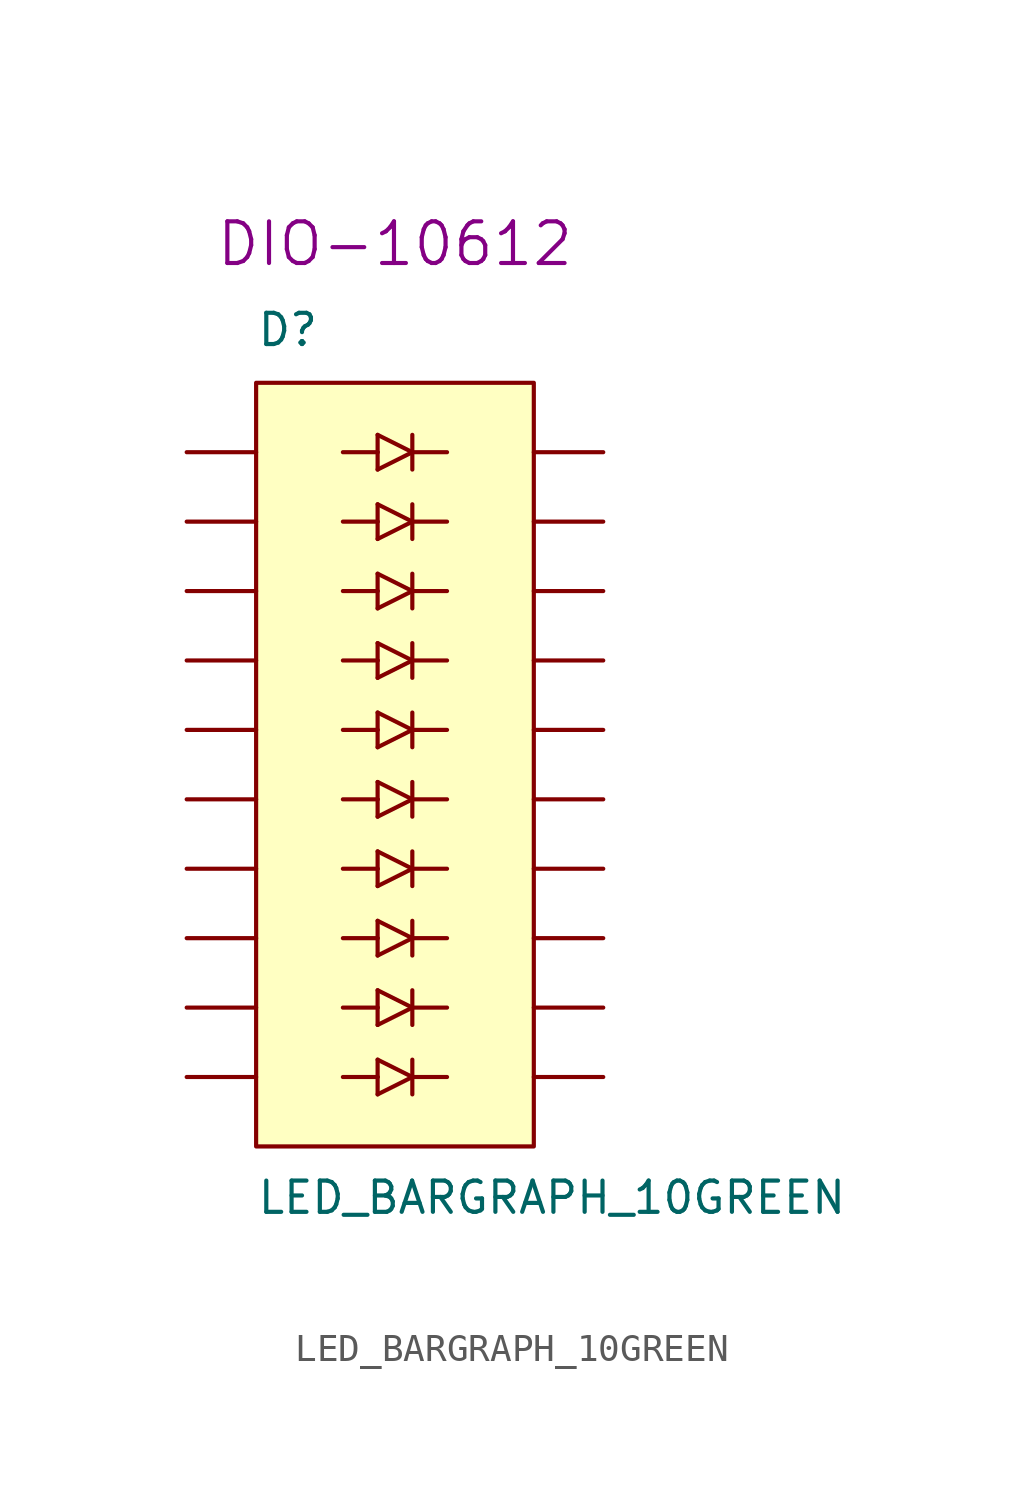
<source format=kicad_sym>
(kicad_symbol_lib
  (version 20211014)
  (generator kicad_symbol_editor)
  (symbol "LED_BARGRAPH_10GREEN"
    (pin_numbers hide)
    (pin_names
      (offset 1.016) hide)
    (property "Reference" "D"
      (at -5.08 13.97 0)
      (effects (font (size 1.143 1.143)) (justify left bottom)))
    (property "Value" "LED_BARGRAPH_10GREEN"
      (at -5.08 -17.78 0)
      (effects (font (size 1.143 1.143)) (justify left bottom)))
    (property "Field4" "DIO-10612"
      (at 0 17.78 0)
      (effects (font (size 1.524 1.524))))
    (property "ki_locked" ""
      (at 0 0 0)
      (effects (font (size 1.27 1.27))))
    (symbol "LED_BARGRAPH_10GREEN_1_0"
      (polyline (pts (xy -1.905 -12.7) (xy -0.635 -12.7)) (stroke (width 0) (type default) (color 0 0 0 0)) (fill (type none)))
      (polyline (pts (xy -1.905 -10.16) (xy -0.635 -10.16)) (stroke (width 0) (type default) (color 0 0 0 0)) (fill (type none)))
      (polyline (pts (xy -1.905 -7.62) (xy -0.635 -7.62)) (stroke (width 0) (type default) (color 0 0 0 0)) (fill (type none)))
      (polyline (pts (xy -1.905 -5.08) (xy -0.635 -5.08)) (stroke (width 0) (type default) (color 0 0 0 0)) (fill (type none)))
      (polyline (pts (xy -1.905 -2.54) (xy -0.635 -2.54)) (stroke (width 0) (type default) (color 0 0 0 0)) (fill (type none)))
      (polyline (pts (xy -1.905 0) (xy -0.635 0)) (stroke (width 0) (type default) (color 0 0 0 0)) (fill (type none)))
      (polyline (pts (xy -1.905 2.54) (xy -0.635 2.54)) (stroke (width 0) (type default) (color 0 0 0 0)) (fill (type none)))
      (polyline (pts (xy -1.905 5.08) (xy -0.635 5.08)) (stroke (width 0) (type default) (color 0 0 0 0)) (fill (type none)))
      (polyline (pts (xy -1.905 7.62) (xy -0.635 7.62)) (stroke (width 0) (type default) (color 0 0 0 0)) (fill (type none)))
      (polyline (pts (xy -1.905 10.16) (xy -0.635 10.16)) (stroke (width 0) (type default) (color 0 0 0 0)) (fill (type none)))
      (polyline (pts (xy -0.635 -12.7) (xy -0.635 -13.335)) (stroke (width 0) (type default) (color 0 0 0 0)) (fill (type none)))
      (polyline (pts (xy -0.635 -12.065) (xy -0.635 -12.7)) (stroke (width 0) (type default) (color 0 0 0 0)) (fill (type none)))
      (polyline (pts (xy -0.635 -12.065) (xy 0.635 -12.7)) (stroke (width 0) (type default) (color 0 0 0 0)) (fill (type none)))
      (polyline (pts (xy -0.635 -10.16) (xy -0.635 -10.795)) (stroke (width 0) (type default) (color 0 0 0 0)) (fill (type none)))
      (polyline (pts (xy -0.635 -9.525) (xy -0.635 -10.16)) (stroke (width 0) (type default) (color 0 0 0 0)) (fill (type none)))
      (polyline (pts (xy -0.635 -9.525) (xy 0.635 -10.16)) (stroke (width 0) (type default) (color 0 0 0 0)) (fill (type none)))
      (polyline (pts (xy -0.635 -7.62) (xy -0.635 -8.255)) (stroke (width 0) (type default) (color 0 0 0 0)) (fill (type none)))
      (polyline (pts (xy -0.635 -6.985) (xy -0.635 -7.62)) (stroke (width 0) (type default) (color 0 0 0 0)) (fill (type none)))
      (polyline (pts (xy -0.635 -6.985) (xy 0.635 -7.62)) (stroke (width 0) (type default) (color 0 0 0 0)) (fill (type none)))
      (polyline (pts (xy -0.635 -5.08) (xy -0.635 -5.715)) (stroke (width 0) (type default) (color 0 0 0 0)) (fill (type none)))
      (polyline (pts (xy -0.635 -4.445) (xy -0.635 -5.08)) (stroke (width 0) (type default) (color 0 0 0 0)) (fill (type none)))
      (polyline (pts (xy -0.635 -4.445) (xy 0.635 -5.08)) (stroke (width 0) (type default) (color 0 0 0 0)) (fill (type none)))
      (polyline (pts (xy -0.635 -2.54) (xy -0.635 -3.175)) (stroke (width 0) (type default) (color 0 0 0 0)) (fill (type none)))
      (polyline (pts (xy -0.635 -1.905) (xy -0.635 -2.54)) (stroke (width 0) (type default) (color 0 0 0 0)) (fill (type none)))
      (polyline (pts (xy -0.635 -1.905) (xy 0.635 -2.54)) (stroke (width 0) (type default) (color 0 0 0 0)) (fill (type none)))
      (polyline (pts (xy -0.635 0) (xy -0.635 -0.635)) (stroke (width 0) (type default) (color 0 0 0 0)) (fill (type none)))
      (polyline (pts (xy -0.635 0.635) (xy -0.635 0)) (stroke (width 0) (type default) (color 0 0 0 0)) (fill (type none)))
      (polyline (pts (xy -0.635 0.635) (xy 0.635 0)) (stroke (width 0) (type default) (color 0 0 0 0)) (fill (type none)))
      (polyline (pts (xy -0.635 2.54) (xy -0.635 1.905)) (stroke (width 0) (type default) (color 0 0 0 0)) (fill (type none)))
      (polyline (pts (xy -0.635 3.175) (xy -0.635 2.54)) (stroke (width 0) (type default) (color 0 0 0 0)) (fill (type none)))
      (polyline (pts (xy -0.635 3.175) (xy 0.635 2.54)) (stroke (width 0) (type default) (color 0 0 0 0)) (fill (type none)))
      (polyline (pts (xy -0.635 5.08) (xy -0.635 4.445)) (stroke (width 0) (type default) (color 0 0 0 0)) (fill (type none)))
      (polyline (pts (xy -0.635 5.715) (xy -0.635 5.08)) (stroke (width 0) (type default) (color 0 0 0 0)) (fill (type none)))
      (polyline (pts (xy -0.635 5.715) (xy 0.635 5.08)) (stroke (width 0) (type default) (color 0 0 0 0)) (fill (type none)))
      (polyline (pts (xy -0.635 7.62) (xy -0.635 6.985)) (stroke (width 0) (type default) (color 0 0 0 0)) (fill (type none)))
      (polyline (pts (xy -0.635 8.255) (xy -0.635 7.62)) (stroke (width 0) (type default) (color 0 0 0 0)) (fill (type none)))
      (polyline (pts (xy -0.635 8.255) (xy 0.635 7.62)) (stroke (width 0) (type default) (color 0 0 0 0)) (fill (type none)))
      (polyline (pts (xy -0.635 10.16) (xy -0.635 9.525)) (stroke (width 0) (type default) (color 0 0 0 0)) (fill (type none)))
      (polyline (pts (xy -0.635 10.795) (xy -0.635 10.16)) (stroke (width 0) (type default) (color 0 0 0 0)) (fill (type none)))
      (polyline (pts (xy -0.635 10.795) (xy 0.635 10.16)) (stroke (width 0) (type default) (color 0 0 0 0)) (fill (type none)))
      (polyline (pts (xy 0.635 -12.7) (xy -0.635 -13.335)) (stroke (width 0) (type default) (color 0 0 0 0)) (fill (type none)))
      (polyline (pts (xy 0.635 -12.7) (xy 0.635 -13.335)) (stroke (width 0) (type default) (color 0 0 0 0)) (fill (type none)))
      (polyline (pts (xy 0.635 -12.7) (xy 1.905 -12.7)) (stroke (width 0) (type default) (color 0 0 0 0)) (fill (type none)))
      (polyline (pts (xy 0.635 -12.065) (xy 0.635 -12.7)) (stroke (width 0) (type default) (color 0 0 0 0)) (fill (type none)))
      (polyline (pts (xy 0.635 -10.16) (xy -0.635 -10.795)) (stroke (width 0) (type default) (color 0 0 0 0)) (fill (type none)))
      (polyline (pts (xy 0.635 -10.16) (xy 0.635 -10.795)) (stroke (width 0) (type default) (color 0 0 0 0)) (fill (type none)))
      (polyline (pts (xy 0.635 -10.16) (xy 1.905 -10.16)) (stroke (width 0) (type default) (color 0 0 0 0)) (fill (type none)))
      (polyline (pts (xy 0.635 -9.525) (xy 0.635 -10.16)) (stroke (width 0) (type default) (color 0 0 0 0)) (fill (type none)))
      (polyline (pts (xy 0.635 -7.62) (xy -0.635 -8.255)) (stroke (width 0) (type default) (color 0 0 0 0)) (fill (type none)))
      (polyline (pts (xy 0.635 -7.62) (xy 0.635 -8.255)) (stroke (width 0) (type default) (color 0 0 0 0)) (fill (type none)))
      (polyline (pts (xy 0.635 -7.62) (xy 1.905 -7.62)) (stroke (width 0) (type default) (color 0 0 0 0)) (fill (type none)))
      (polyline (pts (xy 0.635 -6.985) (xy 0.635 -7.62)) (stroke (width 0) (type default) (color 0 0 0 0)) (fill (type none)))
      (polyline (pts (xy 0.635 -5.08) (xy -0.635 -5.715)) (stroke (width 0) (type default) (color 0 0 0 0)) (fill (type none)))
      (polyline (pts (xy 0.635 -5.08) (xy 0.635 -5.715)) (stroke (width 0) (type default) (color 0 0 0 0)) (fill (type none)))
      (polyline (pts (xy 0.635 -5.08) (xy 1.905 -5.08)) (stroke (width 0) (type default) (color 0 0 0 0)) (fill (type none)))
      (polyline (pts (xy 0.635 -4.445) (xy 0.635 -5.08)) (stroke (width 0) (type default) (color 0 0 0 0)) (fill (type none)))
      (polyline (pts (xy 0.635 -2.54) (xy -0.635 -3.175)) (stroke (width 0) (type default) (color 0 0 0 0)) (fill (type none)))
      (polyline (pts (xy 0.635 -2.54) (xy 0.635 -3.175)) (stroke (width 0) (type default) (color 0 0 0 0)) (fill (type none)))
      (polyline (pts (xy 0.635 -2.54) (xy 1.905 -2.54)) (stroke (width 0) (type default) (color 0 0 0 0)) (fill (type none)))
      (polyline (pts (xy 0.635 -1.905) (xy 0.635 -2.54)) (stroke (width 0) (type default) (color 0 0 0 0)) (fill (type none)))
      (polyline (pts (xy 0.635 0) (xy -0.635 -0.635)) (stroke (width 0) (type default) (color 0 0 0 0)) (fill (type none)))
      (polyline (pts (xy 0.635 0) (xy 0.635 -0.635)) (stroke (width 0) (type default) (color 0 0 0 0)) (fill (type none)))
      (polyline (pts (xy 0.635 0) (xy 1.905 0)) (stroke (width 0) (type default) (color 0 0 0 0)) (fill (type none)))
      (polyline (pts (xy 0.635 0.635) (xy 0.635 0)) (stroke (width 0) (type default) (color 0 0 0 0)) (fill (type none)))
      (polyline (pts (xy 0.635 2.54) (xy -0.635 1.905)) (stroke (width 0) (type default) (color 0 0 0 0)) (fill (type none)))
      (polyline (pts (xy 0.635 2.54) (xy 0.635 1.905)) (stroke (width 0) (type default) (color 0 0 0 0)) (fill (type none)))
      (polyline (pts (xy 0.635 2.54) (xy 1.905 2.54)) (stroke (width 0) (type default) (color 0 0 0 0)) (fill (type none)))
      (polyline (pts (xy 0.635 3.175) (xy 0.635 2.54)) (stroke (width 0) (type default) (color 0 0 0 0)) (fill (type none)))
      (polyline (pts (xy 0.635 5.08) (xy -0.635 4.445)) (stroke (width 0) (type default) (color 0 0 0 0)) (fill (type none)))
      (polyline (pts (xy 0.635 5.08) (xy 0.635 4.445)) (stroke (width 0) (type default) (color 0 0 0 0)) (fill (type none)))
      (polyline (pts (xy 0.635 5.08) (xy 1.905 5.08)) (stroke (width 0) (type default) (color 0 0 0 0)) (fill (type none)))
      (polyline (pts (xy 0.635 5.715) (xy 0.635 5.08)) (stroke (width 0) (type default) (color 0 0 0 0)) (fill (type none)))
      (polyline (pts (xy 0.635 7.62) (xy -0.635 6.985)) (stroke (width 0) (type default) (color 0 0 0 0)) (fill (type none)))
      (polyline (pts (xy 0.635 7.62) (xy 0.635 6.985)) (stroke (width 0) (type default) (color 0 0 0 0)) (fill (type none)))
      (polyline (pts (xy 0.635 7.62) (xy 1.905 7.62)) (stroke (width 0) (type default) (color 0 0 0 0)) (fill (type none)))
      (polyline (pts (xy 0.635 8.255) (xy 0.635 7.62)) (stroke (width 0) (type default) (color 0 0 0 0)) (fill (type none)))
      (polyline (pts (xy 0.635 10.16) (xy -0.635 9.525)) (stroke (width 0) (type default) (color 0 0 0 0)) (fill (type none)))
      (polyline (pts (xy 0.635 10.16) (xy 0.635 9.525)) (stroke (width 0) (type default) (color 0 0 0 0)) (fill (type none)))
      (polyline (pts (xy 0.635 10.16) (xy 1.905 10.16)) (stroke (width 0) (type default) (color 0 0 0 0)) (fill (type none)))
      (polyline (pts (xy 0.635 10.795) (xy 0.635 10.16)) (stroke (width 0) (type default) (color 0 0 0 0)) (fill (type none))))
    (symbol "LED_BARGRAPH_10GREEN_1_1"
      (polyline (pts (xy -5.08 12.7) (xy 5.08 12.7) (xy 5.08 -15.24) (xy -5.08 -15.24) (xy -5.08 12.7)) (stroke (width 0) (type default) (color 0 0 0 0)) (fill (type background)))
      (pin passive line (at -7.62 10.16 0) (length 2.54) (name "A" (effects (font (size 1.016 1.016)))) (number "1" (effects (font (size 1.016 1.016)))))
      (pin passive line (at -7.62 -12.7 0) (length 2.54) (name "A9" (effects (font (size 1.016 1.016)))) (number "10" (effects (font (size 1.016 1.016)))))
      (pin passive line (at 7.62 -12.7 180) (length 2.54) (name "C9" (effects (font (size 1.016 1.016)))) (number "11" (effects (font (size 1.016 1.016)))))
      (pin passive line (at 7.62 -10.16 180) (length 2.54) (name "C8" (effects (font (size 1.016 1.016)))) (number "12" (effects (font (size 1.016 1.016)))))
      (pin passive line (at 7.62 -7.62 180) (length 2.54) (name "C7" (effects (font (size 1.016 1.016)))) (number "13" (effects (font (size 1.016 1.016)))))
      (pin passive line (at 7.62 -5.08 180) (length 2.54) (name "C6" (effects (font (size 1.016 1.016)))) (number "14" (effects (font (size 1.016 1.016)))))
      (pin passive line (at 7.62 -2.54 180) (length 2.54) (name "C5" (effects (font (size 1.016 1.016)))) (number "15" (effects (font (size 1.016 1.016)))))
      (pin passive line (at 7.62 0 180) (length 2.54) (name "C4" (effects (font (size 1.016 1.016)))) (number "16" (effects (font (size 1.016 1.016)))))
      (pin passive line (at 7.62 2.54 180) (length 2.54) (name "C3" (effects (font (size 1.016 1.016)))) (number "17" (effects (font (size 1.016 1.016)))))
      (pin passive line (at 7.62 5.08 180) (length 2.54) (name "C2" (effects (font (size 1.016 1.016)))) (number "18" (effects (font (size 1.016 1.016)))))
      (pin passive line (at 7.62 7.62 180) (length 2.54) (name "C1" (effects (font (size 1.016 1.016)))) (number "19" (effects (font (size 1.016 1.016)))))
      (pin passive line (at -7.62 7.62 0) (length 2.54) (name "A1" (effects (font (size 1.016 1.016)))) (number "2" (effects (font (size 1.016 1.016)))))
      (pin passive line (at 7.62 10.16 180) (length 2.54) (name "C" (effects (font (size 1.016 1.016)))) (number "20" (effects (font (size 1.016 1.016)))))
      (pin passive line (at -7.62 5.08 0) (length 2.54) (name "A2" (effects (font (size 1.016 1.016)))) (number "3" (effects (font (size 1.016 1.016)))))
      (pin passive line (at -7.62 2.54 0) (length 2.54) (name "A3" (effects (font (size 1.016 1.016)))) (number "4" (effects (font (size 1.016 1.016)))))
      (pin passive line (at -7.62 0 0) (length 2.54) (name "A4" (effects (font (size 1.016 1.016)))) (number "5" (effects (font (size 1.016 1.016)))))
      (pin passive line (at -7.62 -2.54 0) (length 2.54) (name "A5" (effects (font (size 1.016 1.016)))) (number "6" (effects (font (size 1.016 1.016)))))
      (pin passive line (at -7.62 -5.08 0) (length 2.54) (name "A6" (effects (font (size 1.016 1.016)))) (number "7" (effects (font (size 1.016 1.016)))))
      (pin passive line (at -7.62 -7.62 0) (length 2.54) (name "A7" (effects (font (size 1.016 1.016)))) (number "8" (effects (font (size 1.016 1.016)))))
      (pin passive line (at -7.62 -10.16 0) (length 2.54) (name "A8" (effects (font (size 1.016 1.016)))) (number "9" (effects (font (size 1.016 1.016))))))))
</source>
